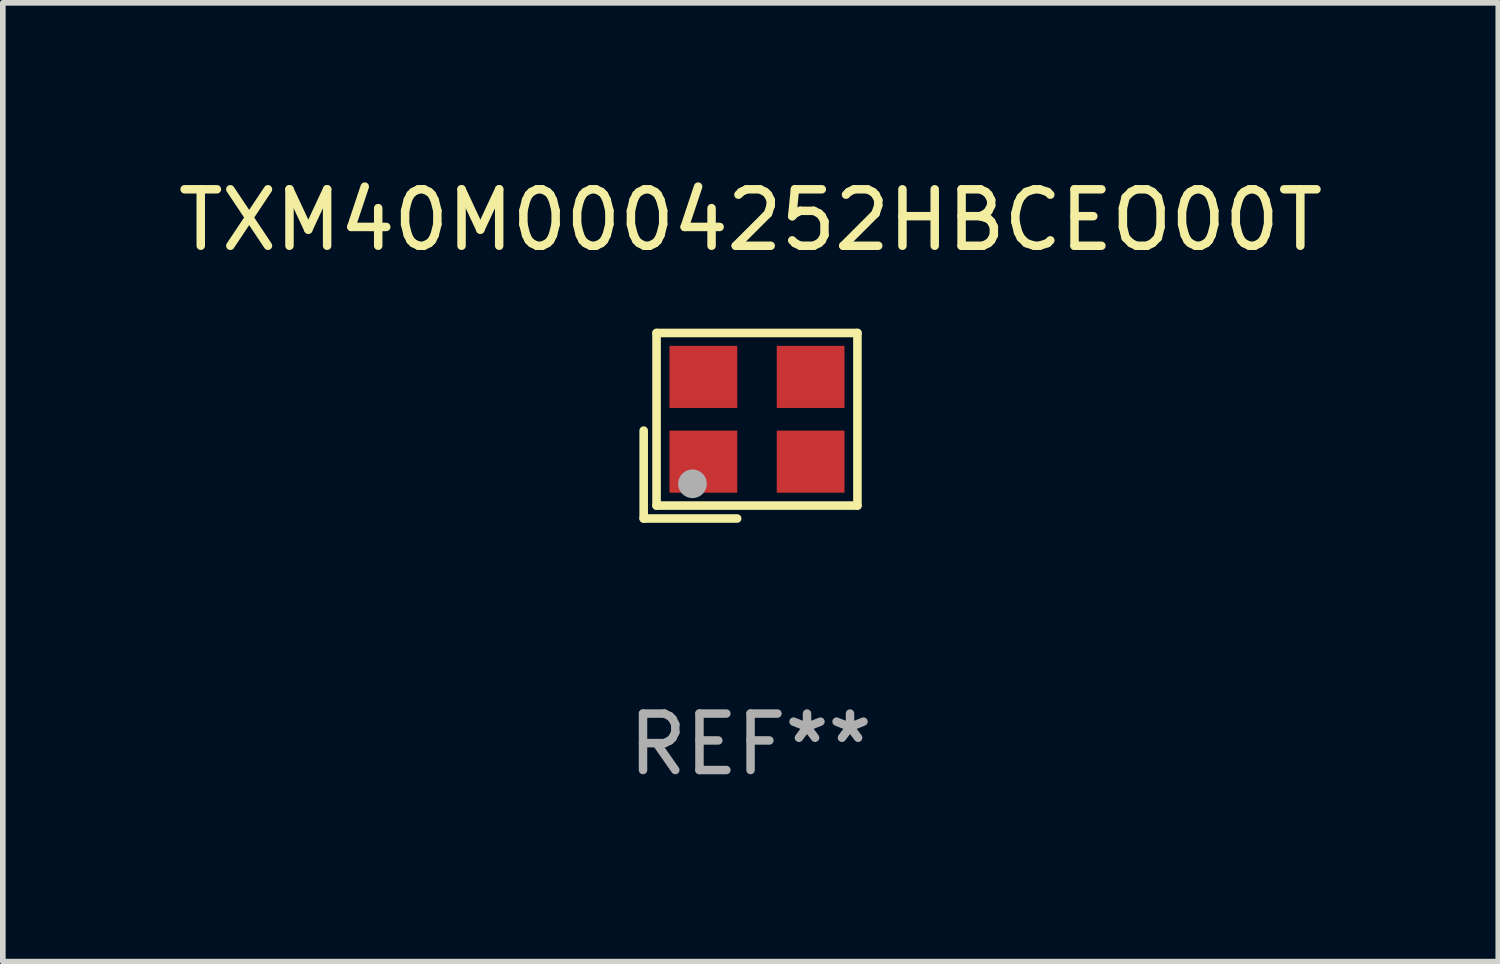
<source format=kicad_pcb>
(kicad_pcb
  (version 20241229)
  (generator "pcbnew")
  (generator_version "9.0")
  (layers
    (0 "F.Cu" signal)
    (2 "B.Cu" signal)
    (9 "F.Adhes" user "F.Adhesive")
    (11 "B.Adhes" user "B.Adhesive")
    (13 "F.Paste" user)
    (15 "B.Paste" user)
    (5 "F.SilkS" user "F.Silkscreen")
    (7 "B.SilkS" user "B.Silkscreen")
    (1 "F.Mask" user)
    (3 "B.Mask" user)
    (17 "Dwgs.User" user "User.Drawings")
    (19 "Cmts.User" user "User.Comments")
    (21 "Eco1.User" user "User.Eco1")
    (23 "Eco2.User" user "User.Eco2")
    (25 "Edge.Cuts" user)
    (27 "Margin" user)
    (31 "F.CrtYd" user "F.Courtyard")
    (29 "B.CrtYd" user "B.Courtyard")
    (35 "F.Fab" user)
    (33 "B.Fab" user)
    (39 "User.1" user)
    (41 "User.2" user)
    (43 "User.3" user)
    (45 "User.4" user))
  (footprint "TXM40M0004252HBCEO00T"
    (layer "F.Cu")
    (at 10.244 4.491)
    (property "Reference" "TXM40M0004252HBCEO00T" (at 0 -3.643 0) (layer "F.SilkS") (effects (font (size 1 1) (thickness 0.15))))
    (attr through_hole)
    (fp_line (start -1.893 0.086) (end -1.893 1.643) (stroke (width 0.152) (type solid)) (layer "F.SilkS"))
    (fp_line (start -1.893 1.643) (end -0.237 1.643) (stroke (width 0.152) (type solid)) (layer "F.SilkS"))
    (fp_line (start -1.665 -1.643) (end 1.893 -1.643) (stroke (width 0.152) (type solid)) (layer "F.SilkS"))
    (fp_line (start -1.665 1.414) (end -1.665 -1.643) (stroke (width 0.152) (type solid)) (layer "F.SilkS"))
    (fp_line (start 1.893 -1.643) (end 1.893 1.414) (stroke (width 0.152) (type solid)) (layer "F.SilkS"))
    (fp_line (start 1.893 1.414) (end -1.665 1.414) (stroke (width 0.152) (type solid)) (layer "F.SilkS"))
    (fp_circle (center -1.136 0.885) (end -1.106 0.885) (stroke (width 0.06) (type solid)) (fill no) (layer "F.SilkS"))
    (fp_circle (center -1.029 1.028) (end -0.902 1.028) (stroke (width 0.254) (type solid)) (fill no) (layer "F.Fab"))
    (fp_text user "REF**" (at 0 5.643 0) (layer "F.Fab") (effects (font (size 1 1) (thickness 0.15))))
    (pad "1" smd rect (at -0.836 0.636) (size 1.2 1.1) (layers "F.Cu" "F.Mask" "F.Paste"))
    (pad "2" smd rect (at 1.064 0.636) (size 1.2 1.1) (layers "F.Cu" "F.Mask" "F.Paste"))
    (pad "3" smd rect (at 1.064 -0.865) (size 1.2 1.1) (layers "F.Cu" "F.Mask" "F.Paste"))
    (pad "4" smd rect (at -0.836 -0.865) (size 1.2 1.1) (layers "F.Cu" "F.Mask" "F.Paste")))
  (gr_rect
    (start -3 -3)
    (end 23.488 13.983)
    (stroke (width 0.1) (type default))
    (fill no)
    (layer "Edge.Cuts")))
</source>
